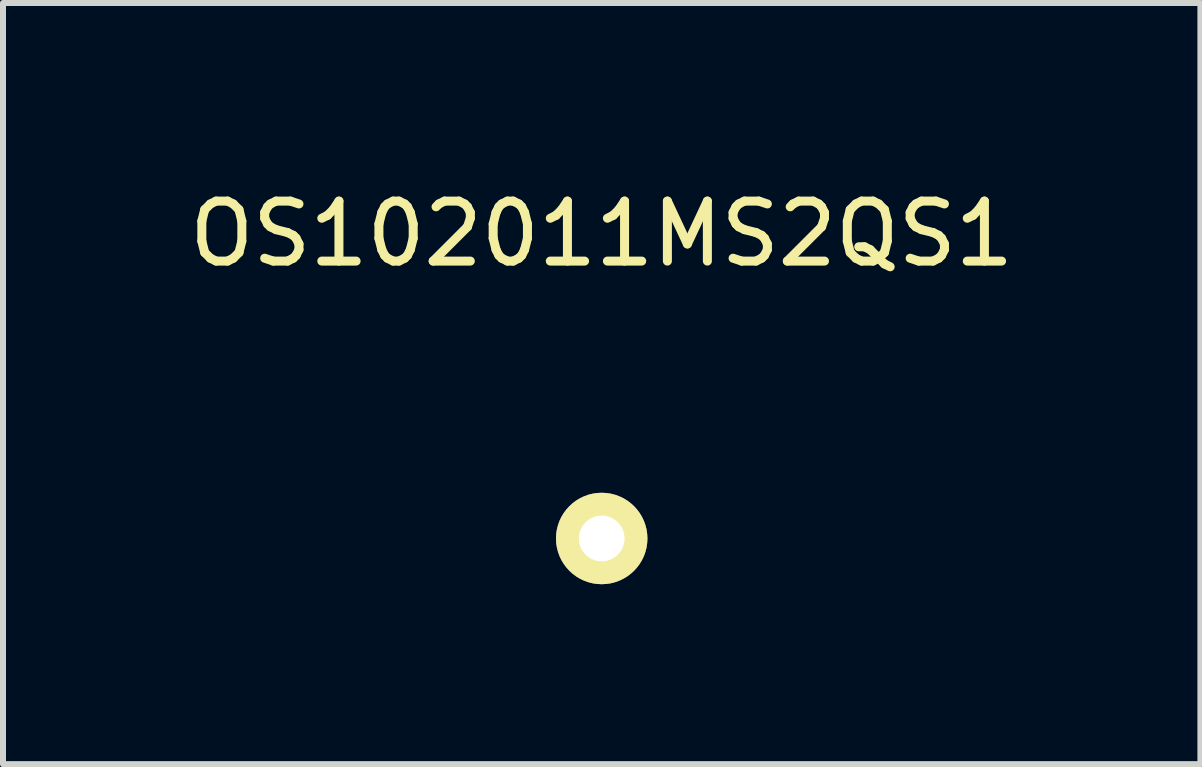
<source format=kicad_pcb>
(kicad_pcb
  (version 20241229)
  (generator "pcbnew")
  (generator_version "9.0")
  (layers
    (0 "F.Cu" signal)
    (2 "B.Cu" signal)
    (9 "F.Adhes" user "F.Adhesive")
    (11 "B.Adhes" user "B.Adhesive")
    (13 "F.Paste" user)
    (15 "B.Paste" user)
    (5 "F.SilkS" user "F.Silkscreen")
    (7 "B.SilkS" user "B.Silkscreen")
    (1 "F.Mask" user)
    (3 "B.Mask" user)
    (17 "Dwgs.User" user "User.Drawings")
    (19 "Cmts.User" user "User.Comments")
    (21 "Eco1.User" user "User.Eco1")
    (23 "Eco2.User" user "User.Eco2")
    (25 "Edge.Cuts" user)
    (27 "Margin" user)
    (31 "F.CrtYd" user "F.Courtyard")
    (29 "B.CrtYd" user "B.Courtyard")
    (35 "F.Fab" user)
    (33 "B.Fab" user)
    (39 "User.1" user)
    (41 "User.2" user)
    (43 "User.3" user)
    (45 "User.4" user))
  (footprint "OS102011MS2QS1"
    (layer "F.Cu")
    (at 6.982 5.928)
    (property "Reference" "OS102011MS2QS1" (at 0 -5.08 0) (layer "F.SilkS") (effects (font (size 1 1) (thickness 0.15))))
    (attr through_hole)
    (pad "1" thru_hole circle (at 0 0) (size 1.524 1.524) (drill 0.762) (layers "*.Cu" "*.Mask" "F.SilkS")))
  (gr_rect
    (start -3 -3)
    (end 16.964 9.69)
    (stroke (width 0.1) (type default))
    (fill no)
    (layer "Edge.Cuts")))
</source>
